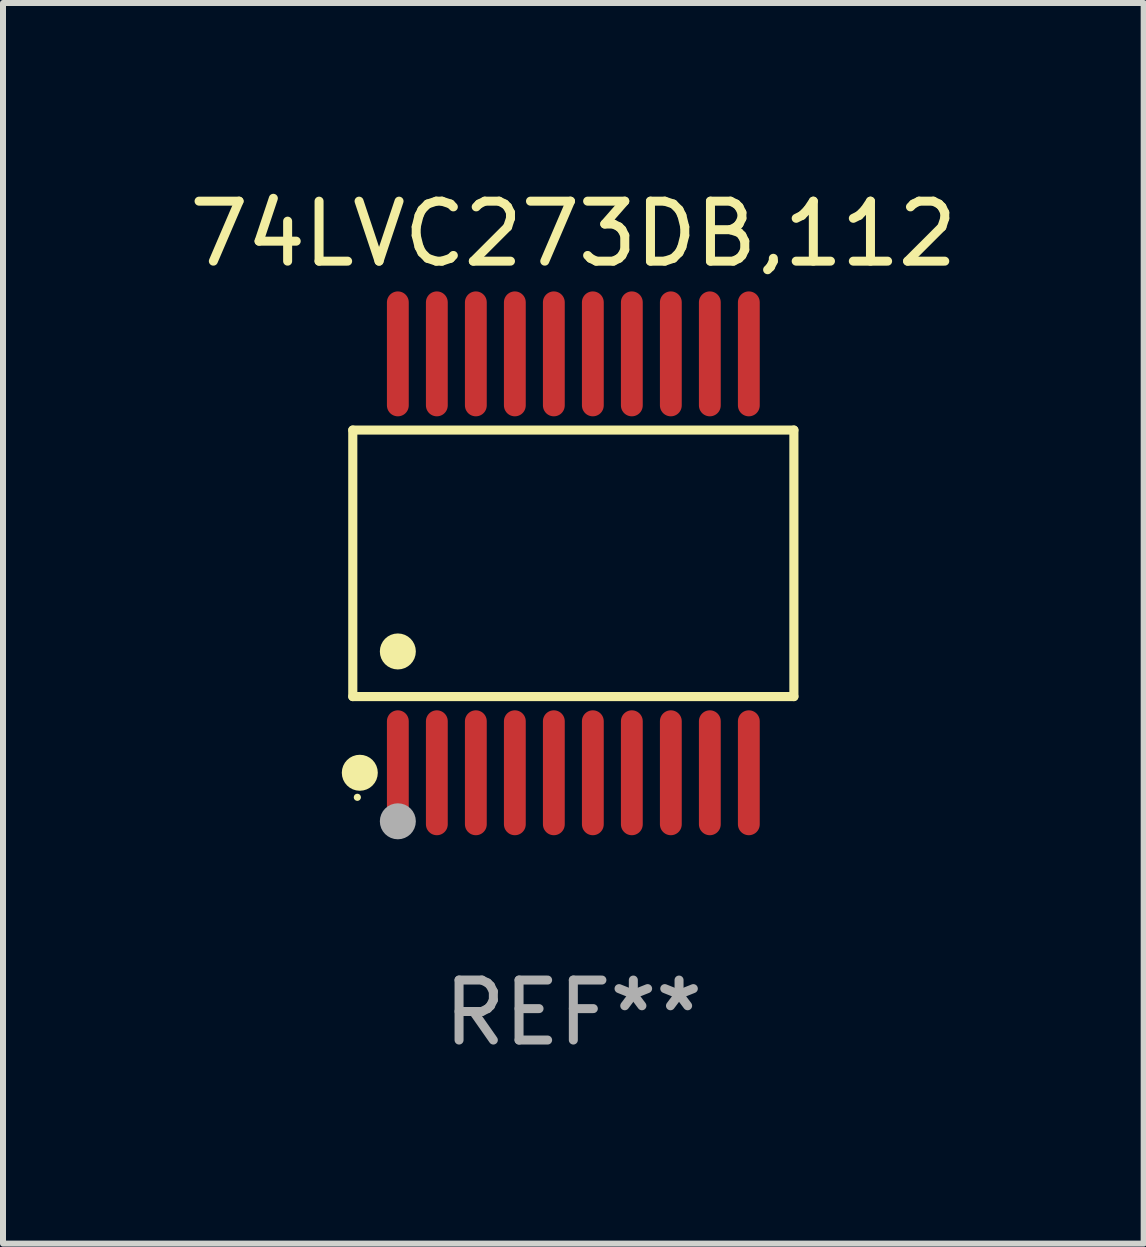
<source format=kicad_pcb>
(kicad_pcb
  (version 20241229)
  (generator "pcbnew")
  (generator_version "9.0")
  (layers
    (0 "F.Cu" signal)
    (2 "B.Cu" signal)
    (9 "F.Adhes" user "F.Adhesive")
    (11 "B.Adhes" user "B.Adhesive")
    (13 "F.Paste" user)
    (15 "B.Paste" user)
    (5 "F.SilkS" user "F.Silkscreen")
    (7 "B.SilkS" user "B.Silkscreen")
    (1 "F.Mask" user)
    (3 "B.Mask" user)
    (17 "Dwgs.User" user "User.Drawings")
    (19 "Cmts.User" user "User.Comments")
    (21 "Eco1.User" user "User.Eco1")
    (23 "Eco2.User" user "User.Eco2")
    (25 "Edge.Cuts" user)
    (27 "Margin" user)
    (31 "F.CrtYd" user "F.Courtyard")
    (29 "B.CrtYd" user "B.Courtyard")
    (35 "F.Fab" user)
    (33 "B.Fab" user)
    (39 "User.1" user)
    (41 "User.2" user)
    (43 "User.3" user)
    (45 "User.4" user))
  (footprint "74LVC273DB,112"
    (layer "F.Cu")
    (at 6.506 6.339)
    (property "Reference" "74LVC273DB,112" (at 0 -5.491 0) (layer "F.SilkS") (effects (font (size 1 1) (thickness 0.15))))
    (attr through_hole)
    (fp_line (start -3.676 -2.221) (end 3.676 -2.221) (stroke (width 0.152) (type solid)) (layer "F.SilkS"))
    (fp_line (start -3.676 2.221) (end -3.676 -2.221) (stroke (width 0.152) (type solid)) (layer "F.SilkS"))
    (fp_line (start 3.676 -2.221) (end 3.676 2.221) (stroke (width 0.152) (type solid)) (layer "F.SilkS"))
    (fp_line (start 3.676 2.221) (end -3.676 2.221) (stroke (width 0.152) (type solid)) (layer "F.SilkS"))
    (fp_circle (center -3.6 3.9) (end -3.57 3.9) (stroke (width 0.06) (type solid)) (fill no) (layer "F.SilkS"))
    (fp_circle (center -3.559 3.491) (end -3.409 3.491) (stroke (width 0.3) (type solid)) (fill no) (layer "F.SilkS"))
    (fp_circle (center -2.925 1.469) (end -2.775 1.469) (stroke (width 0.3) (type solid)) (fill no) (layer "F.SilkS"))
    (fp_circle (center -2.925 4.3) (end -2.775 4.3) (stroke (width 0.3) (type solid)) (fill no) (layer "F.Fab"))
    (fp_text user "REF**" (at 0 7.491 0) (layer "F.Fab") (effects (font (size 1 1) (thickness 0.15))))
    (pad "1" smd oval (at -2.925 3.491) (size 0.364 2.082) (layers "F.Cu" "F.Mask" "F.Paste"))
    (pad "2" smd oval (at -2.275 3.491) (size 0.364 2.082) (layers "F.Cu" "F.Mask" "F.Paste"))
    (pad "3" smd oval (at -1.625 3.491) (size 0.364 2.082) (layers "F.Cu" "F.Mask" "F.Paste"))
    (pad "4" smd oval (at -0.975 3.491) (size 0.364 2.082) (layers "F.Cu" "F.Mask" "F.Paste"))
    (pad "5" smd oval (at -0.325 3.491) (size 0.364 2.082) (layers "F.Cu" "F.Mask" "F.Paste"))
    (pad "6" smd oval (at 0.325 3.491) (size 0.364 2.082) (layers "F.Cu" "F.Mask" "F.Paste"))
    (pad "7" smd oval (at 0.975 3.491) (size 0.364 2.082) (layers "F.Cu" "F.Mask" "F.Paste"))
    (pad "8" smd oval (at 1.625 3.491) (size 0.364 2.082) (layers "F.Cu" "F.Mask" "F.Paste"))
    (pad "9" smd oval (at 2.275 3.491) (size 0.364 2.082) (layers "F.Cu" "F.Mask" "F.Paste"))
    (pad "10" smd oval (at 2.925 3.491) (size 0.364 2.082) (layers "F.Cu" "F.Mask" "F.Paste"))
    (pad "11" smd oval (at 2.925 -3.491) (size 0.364 2.082) (layers "F.Cu" "F.Mask" "F.Paste"))
    (pad "12" smd oval (at 2.275 -3.491) (size 0.364 2.082) (layers "F.Cu" "F.Mask" "F.Paste"))
    (pad "13" smd oval (at 1.625 -3.491) (size 0.364 2.082) (layers "F.Cu" "F.Mask" "F.Paste"))
    (pad "14" smd oval (at 0.975 -3.491) (size 0.364 2.082) (layers "F.Cu" "F.Mask" "F.Paste"))
    (pad "15" smd oval (at 0.325 -3.491) (size 0.364 2.082) (layers "F.Cu" "F.Mask" "F.Paste"))
    (pad "16" smd oval (at -0.325 -3.491) (size 0.364 2.082) (layers "F.Cu" "F.Mask" "F.Paste"))
    (pad "17" smd oval (at -0.975 -3.491) (size 0.364 2.082) (layers "F.Cu" "F.Mask" "F.Paste"))
    (pad "18" smd oval (at -1.625 -3.491) (size 0.364 2.082) (layers "F.Cu" "F.Mask" "F.Paste"))
    (pad "19" smd oval (at -2.275 -3.491) (size 0.364 2.082) (layers "F.Cu" "F.Mask" "F.Paste"))
    (pad "20" smd oval (at -2.925 -3.491) (size 0.364 2.082) (layers "F.Cu" "F.Mask" "F.Paste")))
  (gr_rect
    (start -3 -3)
    (end 16.012 17.678)
    (stroke (width 0.1) (type default))
    (fill no)
    (layer "Edge.Cuts")))
</source>
